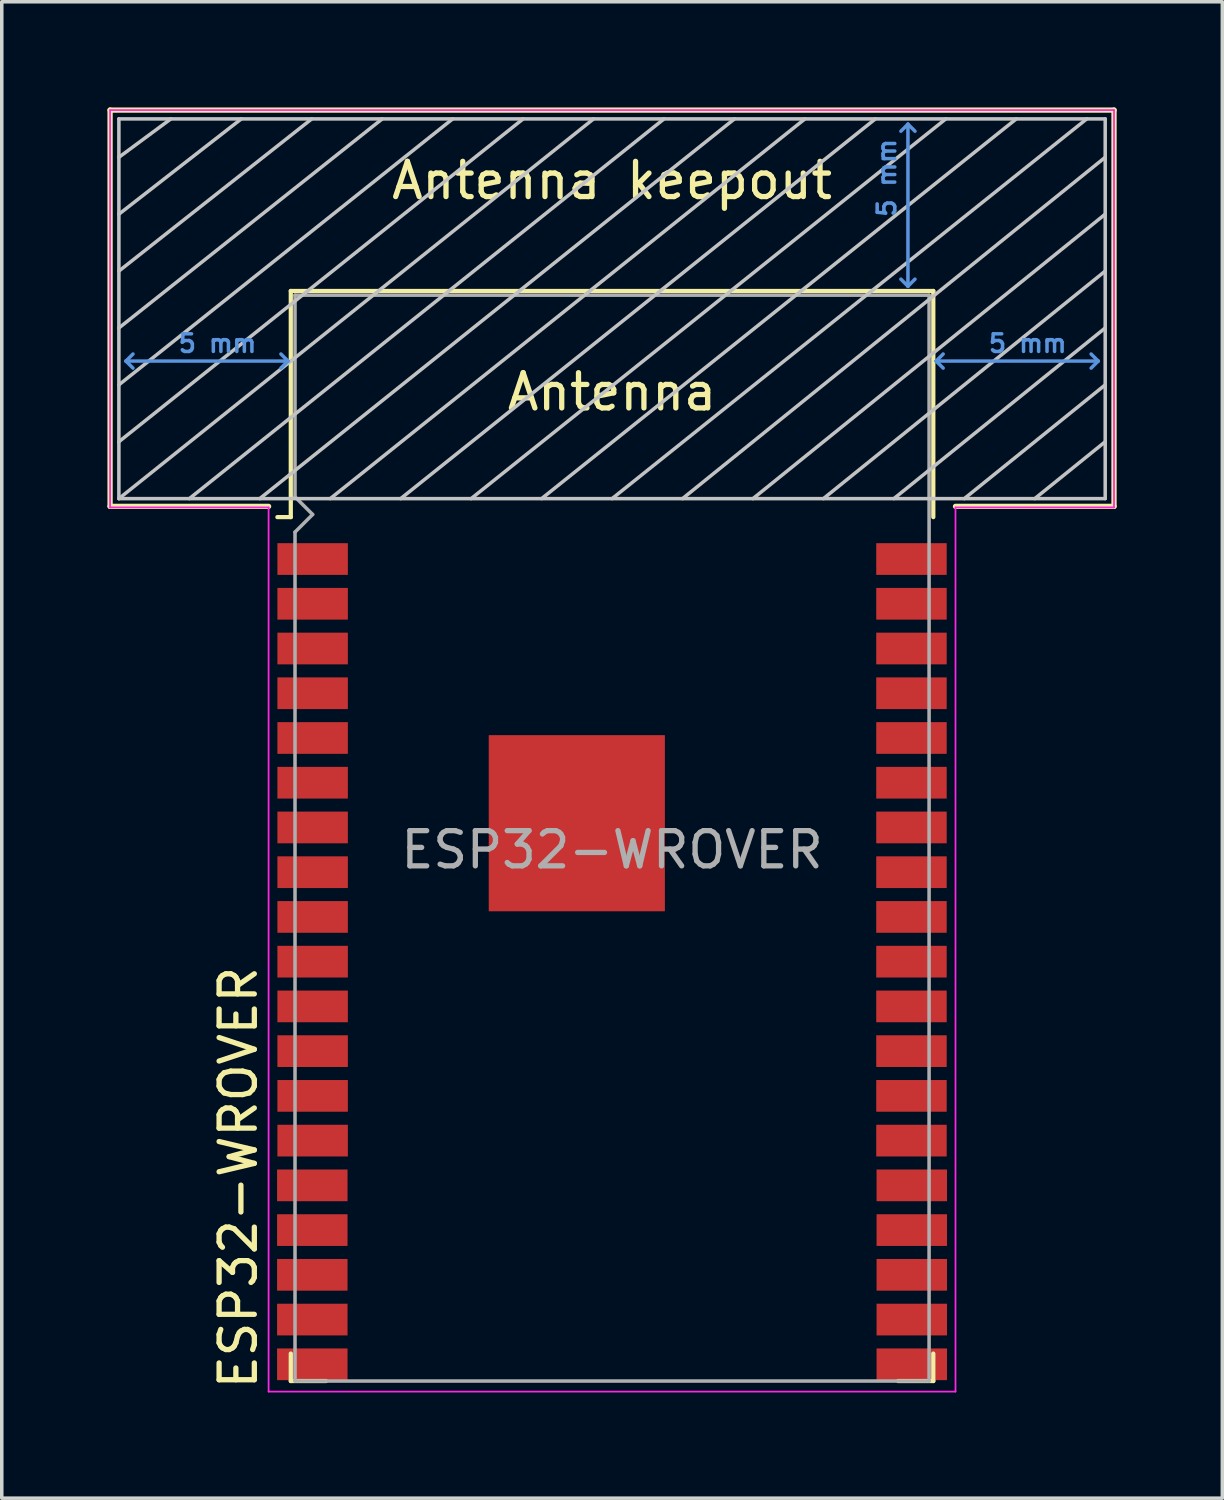
<source format=kicad_pcb>
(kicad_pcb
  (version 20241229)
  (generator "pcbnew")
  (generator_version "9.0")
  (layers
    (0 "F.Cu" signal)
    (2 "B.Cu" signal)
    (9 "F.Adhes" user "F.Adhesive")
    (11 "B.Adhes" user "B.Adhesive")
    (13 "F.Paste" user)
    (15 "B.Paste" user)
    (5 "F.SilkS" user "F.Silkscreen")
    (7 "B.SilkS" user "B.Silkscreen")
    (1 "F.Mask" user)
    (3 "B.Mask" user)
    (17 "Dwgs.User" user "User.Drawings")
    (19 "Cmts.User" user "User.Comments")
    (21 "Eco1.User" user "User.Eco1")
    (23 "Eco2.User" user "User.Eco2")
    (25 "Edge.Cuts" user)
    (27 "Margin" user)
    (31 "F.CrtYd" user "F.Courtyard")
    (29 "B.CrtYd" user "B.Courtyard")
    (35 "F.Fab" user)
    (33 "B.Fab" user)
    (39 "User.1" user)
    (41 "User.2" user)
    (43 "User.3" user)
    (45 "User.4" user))
  (footprint "ESP32-WROVER"
    (layer "F.Cu")
    (at 14.325 21.075)
    (property "Reference" "ESP32-WROVER" (at -10.61 15.38 90) (layer "F.SilkS") (effects (font (size 1 1) (thickness 0.15)) (justify left)))
    (attr smd)
    (fp_line (start -14.25 -21) (end 14.25 -21) (stroke (width 0.15) (type solid)) (layer "F.SilkS"))
    (fp_line (start -14.25 -9.75) (end -14.25 -21) (stroke (width 0.15) (type solid)) (layer "F.SilkS"))
    (fp_line (start -9.75 -9.75) (end -14.25 -9.75) (stroke (width 0.15) (type solid)) (layer "F.SilkS"))
    (fp_line (start -9.12 -15.865) (end -9.12 -9.445) (stroke (width 0.12) (type solid)) (layer "F.SilkS"))
    (fp_line (start -9.12 -15.865) (end 9.12 -15.865) (stroke (width 0.12) (type solid)) (layer "F.SilkS"))
    (fp_line (start -9.12 -9.445) (end -9.5 -9.445) (stroke (width 0.12) (type solid)) (layer "F.SilkS"))
    (fp_line (start -9.12 14.3) (end -9.12 15.08) (stroke (width 0.12) (type solid)) (layer "F.SilkS"))
    (fp_line (start -9.12 15.08) (end -8.12 15.08) (stroke (width 0.12) (type solid)) (layer "F.SilkS"))
    (fp_line (start 9.12 -15.865) (end 9.12 -9.445) (stroke (width 0.12) (type solid)) (layer "F.SilkS"))
    (fp_line (start 9.12 14.3) (end 9.12 15.08) (stroke (width 0.12) (type solid)) (layer "F.SilkS"))
    (fp_line (start 9.12 15.08) (end 8.12 15.08) (stroke (width 0.12) (type solid)) (layer "F.SilkS"))
    (fp_line (start 14.25 -21) (end 14.25 -9.75) (stroke (width 0.15) (type solid)) (layer "F.SilkS"))
    (fp_line (start 14.25 -9.75) (end 9.75 -9.75) (stroke (width 0.15) (type solid)) (layer "F.SilkS"))
    (fp_line (start -14 -9.97) (end -14 -20.75) (stroke (width 0.1) (type solid)) (layer "Dwgs.User"))
    (fp_line (start -12.525 -20.75) (end -14 -19.66) (stroke (width 0.1) (type solid)) (layer "Dwgs.User"))
    (fp_line (start -10.525 -20.75) (end -14 -18.045) (stroke (width 0.1) (type solid)) (layer "Dwgs.User"))
    (fp_line (start -8.525 -20.75) (end -14 -16.43) (stroke (width 0.1) (type solid)) (layer "Dwgs.User"))
    (fp_line (start -8 -9.97) (end 5.475 -20.75) (stroke (width 0.1) (type solid)) (layer "Dwgs.User"))
    (fp_line (start -6.525 -20.75) (end -14 -14.815) (stroke (width 0.1) (type solid)) (layer "Dwgs.User"))
    (fp_line (start -4.525 -20.75) (end -14 -13.2) (stroke (width 0.1) (type solid)) (layer "Dwgs.User"))
    (fp_line (start -2.525 -20.75) (end -14 -11.585) (stroke (width 0.1) (type solid)) (layer "Dwgs.User"))
    (fp_line (start -0.525 -20.75) (end -14 -9.97) (stroke (width 0.1) (type solid)) (layer "Dwgs.User"))
    (fp_line (start 1.475 -20.75) (end -12 -9.97) (stroke (width 0.1) (type solid)) (layer "Dwgs.User"))
    (fp_line (start 3.475 -20.75) (end -10 -9.97) (stroke (width 0.1) (type solid)) (layer "Dwgs.User"))
    (fp_line (start 7.475 -20.75) (end -6 -9.97) (stroke (width 0.1) (type solid)) (layer "Dwgs.User"))
    (fp_line (start 9.475 -20.75) (end -4 -9.97) (stroke (width 0.1) (type solid)) (layer "Dwgs.User"))
    (fp_line (start 11.475 -20.75) (end -2 -9.97) (stroke (width 0.1) (type solid)) (layer "Dwgs.User"))
    (fp_line (start 13.475 -20.75) (end 0 -9.97) (stroke (width 0.1) (type solid)) (layer "Dwgs.User"))
    (fp_line (start 14 -20.75) (end -14 -20.75) (stroke (width 0.1) (type solid)) (layer "Dwgs.User"))
    (fp_line (start 14 -19.66) (end 2 -9.97) (stroke (width 0.1) (type solid)) (layer "Dwgs.User"))
    (fp_line (start 14 -18.045) (end 4 -9.97) (stroke (width 0.1) (type solid)) (layer "Dwgs.User"))
    (fp_line (start 14 -16.43) (end 6 -9.97) (stroke (width 0.1) (type solid)) (layer "Dwgs.User"))
    (fp_line (start 14 -14.815) (end 8 -9.97) (stroke (width 0.1) (type solid)) (layer "Dwgs.User"))
    (fp_line (start 14 -13.2) (end 10 -9.97) (stroke (width 0.1) (type solid)) (layer "Dwgs.User"))
    (fp_line (start 14 -11.585) (end 12 -9.97) (stroke (width 0.1) (type solid)) (layer "Dwgs.User"))
    (fp_line (start 14 -9.97) (end -14 -9.97) (stroke (width 0.1) (type solid)) (layer "Dwgs.User"))
    (fp_line (start 14 -9.97) (end 14 -20.75) (stroke (width 0.1) (type solid)) (layer "Dwgs.User"))
    (fp_line (start -13.8 -13.875) (end -13.6 -14.075) (stroke (width 0.1) (type solid)) (layer "Cmts.User"))
    (fp_line (start -13.8 -13.875) (end -13.6 -13.675) (stroke (width 0.1) (type solid)) (layer "Cmts.User"))
    (fp_line (start -13.8 -13.875) (end -9.2 -13.875) (stroke (width 0.1) (type solid)) (layer "Cmts.User"))
    (fp_line (start -9.2 -13.875) (end -9.4 -14.075) (stroke (width 0.1) (type solid)) (layer "Cmts.User"))
    (fp_line (start -9.2 -13.875) (end -9.4 -13.675) (stroke (width 0.1) (type solid)) (layer "Cmts.User"))
    (fp_line (start 8.4 -20.6) (end 8.2 -20.4) (stroke (width 0.1) (type solid)) (layer "Cmts.User"))
    (fp_line (start 8.4 -20.6) (end 8.6 -20.4) (stroke (width 0.1) (type solid)) (layer "Cmts.User"))
    (fp_line (start 8.4 -16) (end 8.2 -16.2) (stroke (width 0.1) (type solid)) (layer "Cmts.User"))
    (fp_line (start 8.4 -16) (end 8.4 -20.6) (stroke (width 0.1) (type solid)) (layer "Cmts.User"))
    (fp_line (start 8.4 -16) (end 8.6 -16.2) (stroke (width 0.1) (type solid)) (layer "Cmts.User"))
    (fp_line (start 9.2 -13.875) (end 9.4 -14.075) (stroke (width 0.1) (type solid)) (layer "Cmts.User"))
    (fp_line (start 9.2 -13.875) (end 9.4 -13.675) (stroke (width 0.1) (type solid)) (layer "Cmts.User"))
    (fp_line (start 9.2 -13.875) (end 13.8 -13.875) (stroke (width 0.1) (type solid)) (layer "Cmts.User"))
    (fp_line (start 13.8 -13.875) (end 13.6 -14.075) (stroke (width 0.1) (type solid)) (layer "Cmts.User"))
    (fp_line (start 13.8 -13.875) (end 13.6 -13.675) (stroke (width 0.1) (type solid)) (layer "Cmts.User"))
    (fp_line (start -14.25 -21) (end -14.25 -9.72) (stroke (width 0.05) (type solid)) (layer "F.CrtYd"))
    (fp_line (start -14.25 -21) (end 14.25 -21) (stroke (width 0.05) (type solid)) (layer "F.CrtYd"))
    (fp_line (start -14.25 -9.72) (end -9.75 -9.72) (stroke (width 0.05) (type solid)) (layer "F.CrtYd"))
    (fp_line (start -9.75 15.38) (end -9.75 -9.72) (stroke (width 0.05) (type solid)) (layer "F.CrtYd"))
    (fp_line (start -9.75 15.38) (end 9.75 15.38) (stroke (width 0.05) (type solid)) (layer "F.CrtYd"))
    (fp_line (start 9.75 -9.72) (end 9.75 15.38) (stroke (width 0.05) (type solid)) (layer "F.CrtYd"))
    (fp_line (start 9.75 -9.72) (end 14.25 -9.72) (stroke (width 0.05) (type solid)) (layer "F.CrtYd"))
    (fp_line (start 14.25 -21) (end 14.25 -9.72) (stroke (width 0.05) (type solid)) (layer "F.CrtYd"))
    (fp_line (start -9 -15.745) (end -9 -10.02) (stroke (width 0.1) (type solid)) (layer "F.Fab"))
    (fp_line (start -9 -15.745) (end 9 -15.745) (stroke (width 0.1) (type solid)) (layer "F.Fab"))
    (fp_line (start -9 -9.02) (end -9 15.08) (stroke (width 0.1) (type solid)) (layer "F.Fab"))
    (fp_line (start -9 -9.02) (end -8.5 -9.52) (stroke (width 0.1) (type solid)) (layer "F.Fab"))
    (fp_line (start -9 15.08) (end 9 15.08) (stroke (width 0.1) (type solid)) (layer "F.Fab"))
    (fp_line (start -8.5 -9.52) (end -9 -10.02) (stroke (width 0.1) (type solid)) (layer "F.Fab"))
    (fp_line (start 9 15.08) (end 9 -15.745) (stroke (width 0.1) (type solid)) (layer "F.Fab"))
    (fp_text user "Antenna" (at 0 -13 0) (layer "F.SilkS") (effects (font (size 1 1) (thickness 0.15))))
    (fp_text user "Antenna keepout" (at 0 -19 0) (layer "F.SilkS") (effects (font (size 1 1) (thickness 0.15))))
    (fp_text user "5 mm" (at 11.8 -14.375 0) (layer "Cmts.User") (effects (font (size 0.5 0.5) (thickness 0.1))))
    (fp_text user "5 mm" (at 7.8 -19.075 90) (layer "Cmts.User") (effects (font (size 0.5 0.5) (thickness 0.1))))
    (fp_text user "5 mm" (at -11.2 -14.375 0) (layer "Cmts.User") (effects (font (size 0.5 0.5) (thickness 0.1))))
    (fp_text user "${REFERENCE}" (at 0 0 0) (layer "F.Fab") (effects (font (size 1 1) (thickness 0.15))))
    (pad "1" smd rect (at -8.5 -8.255) (size 2 0.9) (layers "F.Cu" "F.Mask" "F.Paste"))
    (pad "2" smd rect (at -8.5 -6.985) (size 2 0.9) (layers "F.Cu" "F.Mask" "F.Paste"))
    (pad "3" smd rect (at -8.5 -5.715) (size 2 0.9) (layers "F.Cu" "F.Mask" "F.Paste"))
    (pad "4" smd rect (at -8.5 -4.445) (size 2 0.9) (layers "F.Cu" "F.Mask" "F.Paste"))
    (pad "5" smd rect (at -8.5 -3.175) (size 2 0.9) (layers "F.Cu" "F.Mask" "F.Paste"))
    (pad "6" smd rect (at -8.5 -1.905) (size 2 0.9) (layers "F.Cu" "F.Mask" "F.Paste"))
    (pad "7" smd rect (at -8.5 -0.635) (size 2 0.9) (layers "F.Cu" "F.Mask" "F.Paste"))
    (pad "8" smd rect (at -8.5 0.635) (size 2 0.9) (layers "F.Cu" "F.Mask" "F.Paste"))
    (pad "9" smd rect (at -8.5 1.905) (size 2 0.9) (layers "F.Cu" "F.Mask" "F.Paste"))
    (pad "10" smd rect (at -8.5 3.175) (size 2 0.9) (layers "F.Cu" "F.Mask" "F.Paste"))
    (pad "11" smd rect (at -8.5 4.445) (size 2 0.9) (layers "F.Cu" "F.Mask" "F.Paste"))
    (pad "12" smd rect (at -8.5 5.715) (size 2 0.9) (layers "F.Cu" "F.Mask" "F.Paste"))
    (pad "13" smd rect (at -8.5 6.985) (size 2 0.9) (layers "F.Cu" "F.Mask" "F.Paste"))
    (pad "14" smd rect (at -8.5 8.255) (size 2 0.9) (layers "F.Cu" "F.Mask" "F.Paste"))
    (pad "15" smd rect (at -8.509 9.525 180) (size 2 0.9) (layers "F.Cu" "F.Mask" "F.Paste"))
    (pad "16" smd rect (at -8.509 10.795 180) (size 2 0.9) (layers "F.Cu" "F.Mask" "F.Paste"))
    (pad "17" smd rect (at -8.509 12.065 180) (size 2 0.9) (layers "F.Cu" "F.Mask" "F.Paste"))
    (pad "18" smd rect (at -8.509 13.335 180) (size 2 0.9) (layers "F.Cu" "F.Mask" "F.Paste"))
    (pad "19" smd rect (at -8.509 14.605 180) (size 2 0.9) (layers "F.Cu" "F.Mask" "F.Paste"))
    (pad "20" smd rect (at 8.509 14.605 180) (size 2 0.9) (layers "F.Cu" "F.Mask" "F.Paste"))
    (pad "21" smd rect (at 8.509 13.335 180) (size 2 0.9) (layers "F.Cu" "F.Mask" "F.Paste"))
    (pad "22" smd rect (at 8.509 12.065 180) (size 2 0.9) (layers "F.Cu" "F.Mask" "F.Paste"))
    (pad "23" smd rect (at 8.509 10.795 180) (size 2 0.9) (layers "F.Cu" "F.Mask" "F.Paste"))
    (pad "24" smd rect (at 8.509 9.525 180) (size 2 0.9) (layers "F.Cu" "F.Mask" "F.Paste"))
    (pad "25" smd rect (at 8.5 8.255) (size 2 0.9) (layers "F.Cu" "F.Mask" "F.Paste"))
    (pad "26" smd rect (at 8.5 6.985) (size 2 0.9) (layers "F.Cu" "F.Mask" "F.Paste"))
    (pad "27" smd rect (at 8.5 5.715) (size 2 0.9) (layers "F.Cu" "F.Mask" "F.Paste"))
    (pad "28" smd rect (at 8.5 4.445) (size 2 0.9) (layers "F.Cu" "F.Mask" "F.Paste"))
    (pad "29" smd rect (at 8.5 3.175) (size 2 0.9) (layers "F.Cu" "F.Mask" "F.Paste"))
    (pad "30" smd rect (at 8.5 1.905) (size 2 0.9) (layers "F.Cu" "F.Mask" "F.Paste"))
    (pad "31" smd rect (at 8.5 0.635) (size 2 0.9) (layers "F.Cu" "F.Mask" "F.Paste"))
    (pad "32" smd rect (at 8.5 -0.635) (size 2 0.9) (layers "F.Cu" "F.Mask" "F.Paste"))
    (pad "33" smd rect (at 8.5 -1.905) (size 2 0.9) (layers "F.Cu" "F.Mask" "F.Paste"))
    (pad "34" smd rect (at 8.5 -3.175) (size 2 0.9) (layers "F.Cu" "F.Mask" "F.Paste"))
    (pad "35" smd rect (at 8.5 -4.445) (size 2 0.9) (layers "F.Cu" "F.Mask" "F.Paste"))
    (pad "36" smd rect (at 8.5 -5.715) (size 2 0.9) (layers "F.Cu" "F.Mask" "F.Paste"))
    (pad "37" smd rect (at 8.5 -6.985) (size 2 0.9) (layers "F.Cu" "F.Mask" "F.Paste"))
    (pad "38" smd rect (at 8.5 -8.255) (size 2 0.9) (layers "F.Cu" "F.Mask" "F.Paste"))
    (pad "39" smd rect (at -1 -0.755) (size 5 5) (layers "F.Cu" "F.Mask" "F.Paste")))
  (gr_rect
    (start -3 -3)
    (end 31.65 39.48)
    (stroke (width 0.1) (type default))
    (fill no)
    (layer "Edge.Cuts")))
</source>
